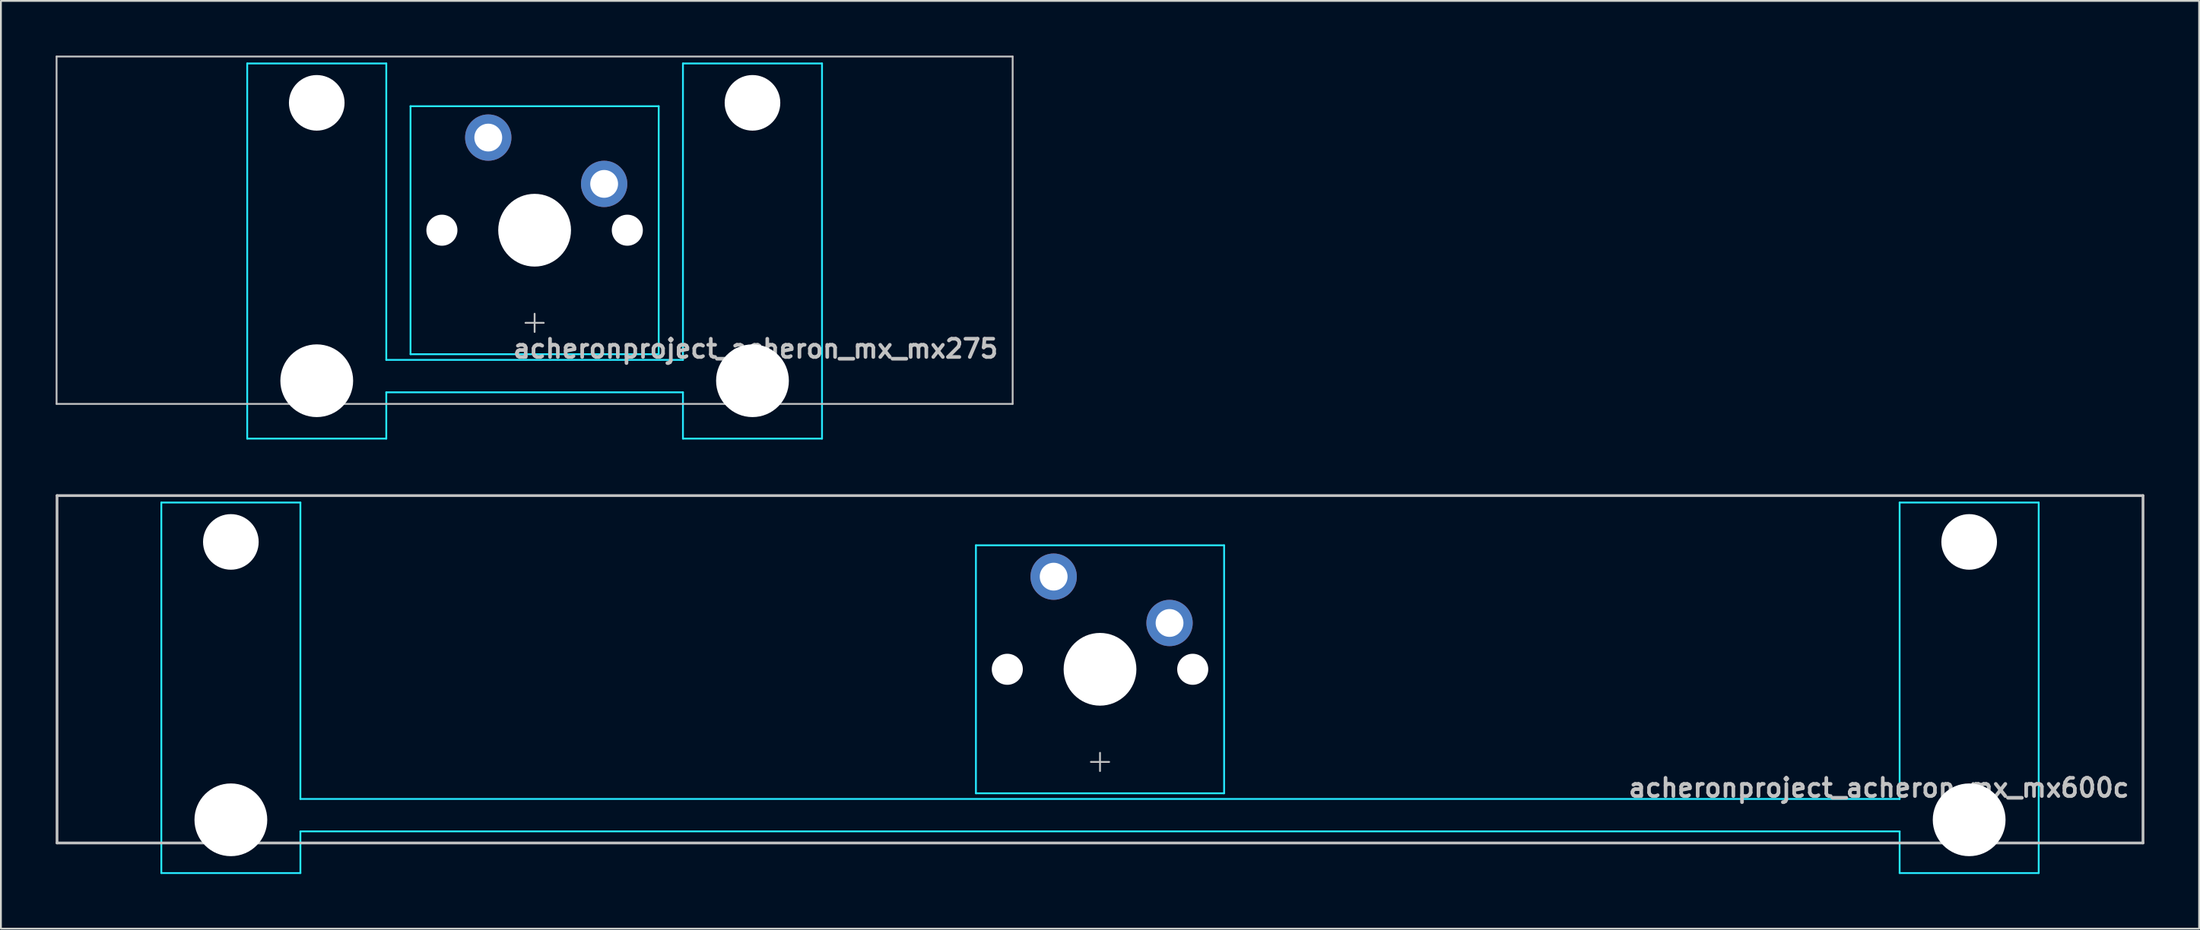
<source format=kicad_pcb>
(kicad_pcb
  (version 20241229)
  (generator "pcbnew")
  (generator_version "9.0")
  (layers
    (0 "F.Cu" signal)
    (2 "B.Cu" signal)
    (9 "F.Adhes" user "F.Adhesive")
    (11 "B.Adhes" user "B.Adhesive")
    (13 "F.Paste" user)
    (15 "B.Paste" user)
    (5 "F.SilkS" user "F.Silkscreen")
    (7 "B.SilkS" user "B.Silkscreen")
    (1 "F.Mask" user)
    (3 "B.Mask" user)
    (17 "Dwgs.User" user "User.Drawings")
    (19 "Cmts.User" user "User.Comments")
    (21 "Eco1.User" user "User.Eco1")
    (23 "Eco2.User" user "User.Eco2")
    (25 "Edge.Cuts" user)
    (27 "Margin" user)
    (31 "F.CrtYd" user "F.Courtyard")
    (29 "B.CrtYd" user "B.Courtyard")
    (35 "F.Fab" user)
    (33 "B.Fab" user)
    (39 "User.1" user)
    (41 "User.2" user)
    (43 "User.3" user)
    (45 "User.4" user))
  (footprint "acheronproject_acheron_mx_mx600c"
    (layer "F.Cu")
    (at 57.225 33.655)
    (property "Reference" "acheronproject_acheron_mx_mx600c" (at 56.5 6.5 0) (layer "Dwgs.User") (effects (font (size 1 1) (thickness 0.2)) (justify right)))
    (attr through_hole)
    (fp_line (start -57.15 -9.525) (end 57.15 -9.525) (stroke (width 0.15) (type solid)) (layer "Dwgs.User"))
    (fp_line (start -57.15 9.525) (end -57.15 -9.525) (stroke (width 0.15) (type solid)) (layer "Dwgs.User"))
    (fp_line (start -57.15 9.525) (end 57.15 9.525) (stroke (width 0.15) (type solid)) (layer "Dwgs.User"))
    (fp_line (start -0.5 5.08) (end 0.5 5.08) (stroke (width 0.1) (type solid)) (layer "Dwgs.User"))
    (fp_line (start 0 5.58) (end 0 4.58) (stroke (width 0.1) (type solid)) (layer "Dwgs.User"))
    (fp_line (start 57.15 -9.525) (end 57.15 9.525) (stroke (width 0.15) (type solid)) (layer "Dwgs.User"))
    (fp_line (start -51.125 -5.485) (end -51.125 8.515) (stroke (width 0.1) (type solid)) (layer "Eco1.User"))
    (fp_line (start -50.625 -5.985) (end -44.625 -5.985) (stroke (width 0.1) (type solid)) (layer "Eco1.User"))
    (fp_line (start -44.625 9.015) (end -50.625 9.015) (stroke (width 0.1) (type solid)) (layer "Eco1.User"))
    (fp_line (start -44.125 8.515) (end -44.125 -5.485) (stroke (width 0.1) (type solid)) (layer "Eco1.User"))
    (fp_line (start -7 -6.5) (end -7 6.5) (stroke (width 0.1) (type solid)) (layer "Eco1.User"))
    (fp_line (start -6.5 7) (end 6.5 7) (stroke (width 0.1) (type solid)) (layer "Eco1.User"))
    (fp_line (start 6.5 -7) (end -6.5 -7) (stroke (width 0.1) (type solid)) (layer "Eco1.User"))
    (fp_line (start 7 6.5) (end 7 -6.5) (stroke (width 0.1) (type solid)) (layer "Eco1.User"))
    (fp_line (start 44.125 -5.485) (end 44.125 8.515) (stroke (width 0.1) (type solid)) (layer "Eco1.User"))
    (fp_line (start 44.625 -5.985) (end 50.625 -5.985) (stroke (width 0.1) (type solid)) (layer "Eco1.User"))
    (fp_line (start 50.625 9.015) (end 44.625 9.015) (stroke (width 0.1) (type solid)) (layer "Eco1.User"))
    (fp_line (start 51.125 8.515) (end 51.125 -5.485) (stroke (width 0.1) (type solid)) (layer "Eco1.User"))
    (fp_arc (start -51.125 -5.485) (mid -50.978553 -5.838553) (end -50.625 -5.985) (stroke (width 0.1) (type solid)) (layer "Eco1.User"))
    (fp_arc (start -50.625 9.015) (mid -50.978553 8.868553) (end -51.125 8.515) (stroke (width 0.1) (type solid)) (layer "Eco1.User"))
    (fp_arc (start -44.625 -5.985) (mid -44.271447 -5.838553) (end -44.125 -5.485) (stroke (width 0.1) (type solid)) (layer "Eco1.User"))
    (fp_arc (start -44.125 8.515) (mid -44.271447 8.868553) (end -44.625 9.015) (stroke (width 0.1) (type solid)) (layer "Eco1.User"))
    (fp_arc (start -7 -6.5) (mid -6.853553 -6.853553) (end -6.5 -7) (stroke (width 0.1) (type solid)) (layer "Eco1.User"))
    (fp_arc (start -6.5 7) (mid -6.853553 6.853553) (end -7 6.5) (stroke (width 0.1) (type solid)) (layer "Eco1.User"))
    (fp_arc (start 6.5 -7) (mid 6.853553 -6.853553) (end 7 -6.5) (stroke (width 0.1) (type solid)) (layer "Eco1.User"))
    (fp_arc (start 7 6.5) (mid 6.853553 6.853553) (end 6.5 7) (stroke (width 0.1) (type solid)) (layer "Eco1.User"))
    (fp_arc (start 44.125 -5.485) (mid 44.271447 -5.838553) (end 44.625 -5.985) (stroke (width 0.1) (type solid)) (layer "Eco1.User"))
    (fp_arc (start 44.625 9.015) (mid 44.271447 8.868553) (end 44.125 8.515) (stroke (width 0.1) (type solid)) (layer "Eco1.User"))
    (fp_arc (start 50.625 -5.985) (mid 50.978553 -5.838553) (end 51.125 -5.485) (stroke (width 0.1) (type solid)) (layer "Eco1.User"))
    (fp_arc (start 51.125 8.515) (mid 50.978553 8.868553) (end 50.625 9.015) (stroke (width 0.1) (type solid)) (layer "Eco1.User"))
    (fp_line (start -51.435 -9.144) (end -51.435 11.176) (stroke (width 0.1) (type solid)) (layer "B.CrtYd"))
    (fp_line (start -51.435 -9.144) (end -43.815 -9.144) (stroke (width 0.1) (type solid)) (layer "B.CrtYd"))
    (fp_line (start -51.435 11.176) (end -43.815 11.176) (stroke (width 0.1) (type solid)) (layer "B.CrtYd"))
    (fp_line (start -43.815 7.112) (end -43.815 -9.144) (stroke (width 0.1) (type solid)) (layer "B.CrtYd"))
    (fp_line (start -43.815 7.112) (end 43.815 7.112) (stroke (width 0.1) (type solid)) (layer "B.CrtYd"))
    (fp_line (start -43.815 8.89) (end -43.815 11.176) (stroke (width 0.1) (type solid)) (layer "B.CrtYd"))
    (fp_line (start -43.815 8.89) (end 43.815 8.89) (stroke (width 0.1) (type solid)) (layer "B.CrtYd"))
    (fp_line (start -6.8 -6.8) (end -6.8 6.8) (stroke (width 0.1) (type solid)) (layer "B.CrtYd"))
    (fp_line (start -6.8 -6.8) (end 6.8 -6.8) (stroke (width 0.1) (type solid)) (layer "B.CrtYd"))
    (fp_line (start -6.8 6.8) (end 6.8 6.8) (stroke (width 0.1) (type solid)) (layer "B.CrtYd"))
    (fp_line (start 6.8 6.8) (end 6.8 -6.8) (stroke (width 0.1) (type solid)) (layer "B.CrtYd"))
    (fp_line (start 43.815 -9.144) (end 51.435 -9.144) (stroke (width 0.1) (type solid)) (layer "B.CrtYd"))
    (fp_line (start 43.815 7.112) (end 43.815 -9.144) (stroke (width 0.1) (type solid)) (layer "B.CrtYd"))
    (fp_line (start 43.815 8.89) (end 43.815 11.176) (stroke (width 0.1) (type solid)) (layer "B.CrtYd"))
    (fp_line (start 43.815 11.176) (end 51.435 11.176) (stroke (width 0.1) (type solid)) (layer "B.CrtYd"))
    (fp_line (start 51.435 -9.144) (end 51.435 11.176) (stroke (width 0.1) (type solid)) (layer "B.CrtYd"))
    (pad "" np_thru_hole circle (at -47.625 -6.985 180) (size 3.048 3.048) (drill 3.048) (layers "*.Cu" "*.Mask"))
    (pad "" np_thru_hole circle (at -47.625 8.255 180) (size 3.988 3.988) (drill 3.988) (layers "*.Cu" "*.Mask"))
    (pad "" np_thru_hole circle (at -5.08 0) (size 1.702 1.702) (drill 1.702) (layers "*.Cu" "*.Mask"))
    (pad "" np_thru_hole circle (at 0 0) (size 3.988 3.988) (drill 3.988) (layers "*.Cu" "*.Mask"))
    (pad "" np_thru_hole circle (at 5.08 0) (size 1.702 1.702) (drill 1.702) (layers "*.Cu" "*.Mask"))
    (pad "" np_thru_hole circle (at 47.625 -6.985 180) (size 3.048 3.048) (drill 3.048) (layers "*.Cu" "*.Mask"))
    (pad "" np_thru_hole circle (at 47.625 8.255 180) (size 3.988 3.988) (drill 3.988) (layers "*.Cu" "*.Mask"))
    (pad "1" thru_hole circle (at -2.54 -5.08) (size 2.54 2.54) (drill 1.524) (layers "*.Cu" "*.Mask"))
    (pad "2" thru_hole circle (at 3.81 -2.54) (size 2.54 2.54) (drill 1.524) (layers "*.Cu" "*.Mask")))
  (footprint "acheronproject_acheron_mx_mx275"
    (layer "F.Cu")
    (at 26.244 9.575)
    (property "Reference" "acheronproject_acheron_mx_mx275" (at 25.5 6.5 0) (layer "Dwgs.User") (effects (font (size 1 1) (thickness 0.2)) (justify right)))
    (attr through_hole)
    (fp_line (start -26.194 -9.525) (end -26.194 9.525) (stroke (width 0.1) (type solid)) (layer "Dwgs.User"))
    (fp_line (start -26.194 -9.525) (end 26.194 -9.525) (stroke (width 0.1) (type solid)) (layer "Dwgs.User"))
    (fp_line (start -26.194 9.525) (end 26.194 9.525) (stroke (width 0.1) (type solid)) (layer "Dwgs.User"))
    (fp_line (start -0.5 5.08) (end 0.5 5.08) (stroke (width 0.1) (type solid)) (layer "Dwgs.User"))
    (fp_line (start 0 5.58) (end 0 4.58) (stroke (width 0.1) (type solid)) (layer "Dwgs.User"))
    (fp_line (start 26.194 -9.525) (end 26.194 9.525) (stroke (width 0.1) (type solid)) (layer "Dwgs.User"))
    (fp_line (start -15.438 -5.485) (end -15.438 8.515) (stroke (width 0.1) (type solid)) (layer "Eco1.User"))
    (fp_line (start -14.938 -5.985) (end -8.938 -5.985) (stroke (width 0.1) (type solid)) (layer "Eco1.User"))
    (fp_line (start -8.938 9.015) (end -14.938 9.015) (stroke (width 0.1) (type solid)) (layer "Eco1.User"))
    (fp_line (start -8.438 8.515) (end -8.438 -5.485) (stroke (width 0.1) (type solid)) (layer "Eco1.User"))
    (fp_line (start -7 -6.5) (end -7 6.5) (stroke (width 0.1) (type solid)) (layer "Eco1.User"))
    (fp_line (start -6.5 7) (end 6.5 7) (stroke (width 0.1) (type solid)) (layer "Eco1.User"))
    (fp_line (start 6.5 -7) (end -6.5 -7) (stroke (width 0.1) (type solid)) (layer "Eco1.User"))
    (fp_line (start 7 6.5) (end 7 -6.5) (stroke (width 0.1) (type solid)) (layer "Eco1.User"))
    (fp_line (start 8.438 -5.485) (end 8.438 8.515) (stroke (width 0.1) (type solid)) (layer "Eco1.User"))
    (fp_line (start 8.938 -5.985) (end 14.938 -5.985) (stroke (width 0.1) (type solid)) (layer "Eco1.User"))
    (fp_line (start 14.938 9.015) (end 8.938 9.015) (stroke (width 0.1) (type solid)) (layer "Eco1.User"))
    (fp_line (start 15.438 8.515) (end 15.438 -5.485) (stroke (width 0.1) (type solid)) (layer "Eco1.User"))
    (fp_arc (start -15.438 -5.485) (mid -15.291553 -5.838553) (end -14.938 -5.985) (stroke (width 0.1) (type solid)) (layer "Eco1.User"))
    (fp_arc (start -14.938 9.015) (mid -15.291553 8.868553) (end -15.438 8.515) (stroke (width 0.1) (type solid)) (layer "Eco1.User"))
    (fp_arc (start -8.938 -5.985) (mid -8.584447 -5.838553) (end -8.438 -5.485) (stroke (width 0.1) (type solid)) (layer "Eco1.User"))
    (fp_arc (start -8.438 8.515) (mid -8.584447 8.868553) (end -8.938 9.015) (stroke (width 0.1) (type solid)) (layer "Eco1.User"))
    (fp_arc (start -7 -6.5) (mid -6.853553 -6.853553) (end -6.5 -7) (stroke (width 0.1) (type solid)) (layer "Eco1.User"))
    (fp_arc (start -6.5 7) (mid -6.853553 6.853553) (end -7 6.5) (stroke (width 0.1) (type solid)) (layer "Eco1.User"))
    (fp_arc (start 6.5 -7) (mid 6.853553 -6.853553) (end 7 -6.5) (stroke (width 0.1) (type solid)) (layer "Eco1.User"))
    (fp_arc (start 7 6.5) (mid 6.853553 6.853553) (end 6.5 7) (stroke (width 0.1) (type solid)) (layer "Eco1.User"))
    (fp_arc (start 8.438 -5.485) (mid 8.584447 -5.838553) (end 8.938 -5.985) (stroke (width 0.1) (type solid)) (layer "Eco1.User"))
    (fp_arc (start 8.938 9.015) (mid 8.584447 8.868553) (end 8.438 8.515) (stroke (width 0.1) (type solid)) (layer "Eco1.User"))
    (fp_arc (start 14.938 -5.985) (mid 15.291553 -5.838553) (end 15.438 -5.485) (stroke (width 0.1) (type solid)) (layer "Eco1.User"))
    (fp_arc (start 15.438 8.515) (mid 15.291553 8.868553) (end 14.938 9.015) (stroke (width 0.1) (type solid)) (layer "Eco1.User"))
    (fp_line (start -15.748 -9.144) (end -8.128 -9.144) (stroke (width 0.1) (type solid)) (layer "B.CrtYd"))
    (fp_line (start -15.748 11.43) (end -15.748 -9.144) (stroke (width 0.1) (type solid)) (layer "B.CrtYd"))
    (fp_line (start -8.128 -9.144) (end -8.128 7.112) (stroke (width 0.1) (type solid)) (layer "B.CrtYd"))
    (fp_line (start -8.128 7.112) (end 8.128 7.112) (stroke (width 0.1) (type solid)) (layer "B.CrtYd"))
    (fp_line (start -8.128 8.89) (end 8.128 8.89) (stroke (width 0.1) (type solid)) (layer "B.CrtYd"))
    (fp_line (start -8.128 11.43) (end -15.748 11.43) (stroke (width 0.1) (type solid)) (layer "B.CrtYd"))
    (fp_line (start -8.128 11.43) (end -8.128 8.89) (stroke (width 0.1) (type solid)) (layer "B.CrtYd"))
    (fp_line (start -6.8 6.8) (end -6.8 -6.8) (stroke (width 0.1) (type solid)) (layer "B.CrtYd"))
    (fp_line (start 6.8 -6.8) (end -6.8 -6.8) (stroke (width 0.1) (type solid)) (layer "B.CrtYd"))
    (fp_line (start 6.8 6.8) (end -6.8 6.8) (stroke (width 0.1) (type solid)) (layer "B.CrtYd"))
    (fp_line (start 6.8 6.8) (end 6.8 -6.8) (stroke (width 0.1) (type solid)) (layer "B.CrtYd"))
    (fp_line (start 8.128 -9.144) (end 8.128 7.112) (stroke (width 0.1) (type solid)) (layer "B.CrtYd"))
    (fp_line (start 8.128 -9.144) (end 15.748 -9.144) (stroke (width 0.1) (type solid)) (layer "B.CrtYd"))
    (fp_line (start 8.128 11.43) (end 8.128 8.89) (stroke (width 0.1) (type solid)) (layer "B.CrtYd"))
    (fp_line (start 15.748 -9.144) (end 15.748 11.43) (stroke (width 0.1) (type solid)) (layer "B.CrtYd"))
    (fp_line (start 15.748 11.43) (end 8.128 11.43) (stroke (width 0.1) (type solid)) (layer "B.CrtYd"))
    (pad "" np_thru_hole circle (at -11.938 -6.985) (size 3.048 3.048) (drill 3.048) (layers "*.Cu" "*.Mask"))
    (pad "" np_thru_hole circle (at -11.938 8.255) (size 3.988 3.988) (drill 3.988) (layers "*.Cu" "*.Mask"))
    (pad "" np_thru_hole circle (at -5.08 0) (size 1.702 1.702) (drill 1.702) (layers "*.Cu" "*.Mask"))
    (pad "" np_thru_hole circle (at 0 0) (size 3.988 3.988) (drill 3.988) (layers "*.Cu" "*.Mask"))
    (pad "" np_thru_hole circle (at 5.08 0) (size 1.702 1.702) (drill 1.702) (layers "*.Cu" "*.Mask"))
    (pad "" np_thru_hole circle (at 11.938 -6.985) (size 3.048 3.048) (drill 3.048) (layers "*.Cu" "*.Mask"))
    (pad "" np_thru_hole circle (at 11.938 8.255) (size 3.988 3.988) (drill 3.988) (layers "*.Cu" "*.Mask"))
    (pad "1" thru_hole circle (at -2.54 -5.08) (size 2.54 2.54) (drill 1.524) (layers "*.Cu" "*.Mask"))
    (pad "2" thru_hole circle (at 3.81 -2.54) (size 2.54 2.54) (drill 1.524) (layers "*.Cu" "*.Mask")))
  (gr_rect
    (start -3 -3)
    (end 117.45 47.881)
    (stroke (width 0.1) (type default))
    (fill no)
    (layer "Edge.Cuts")))
</source>
